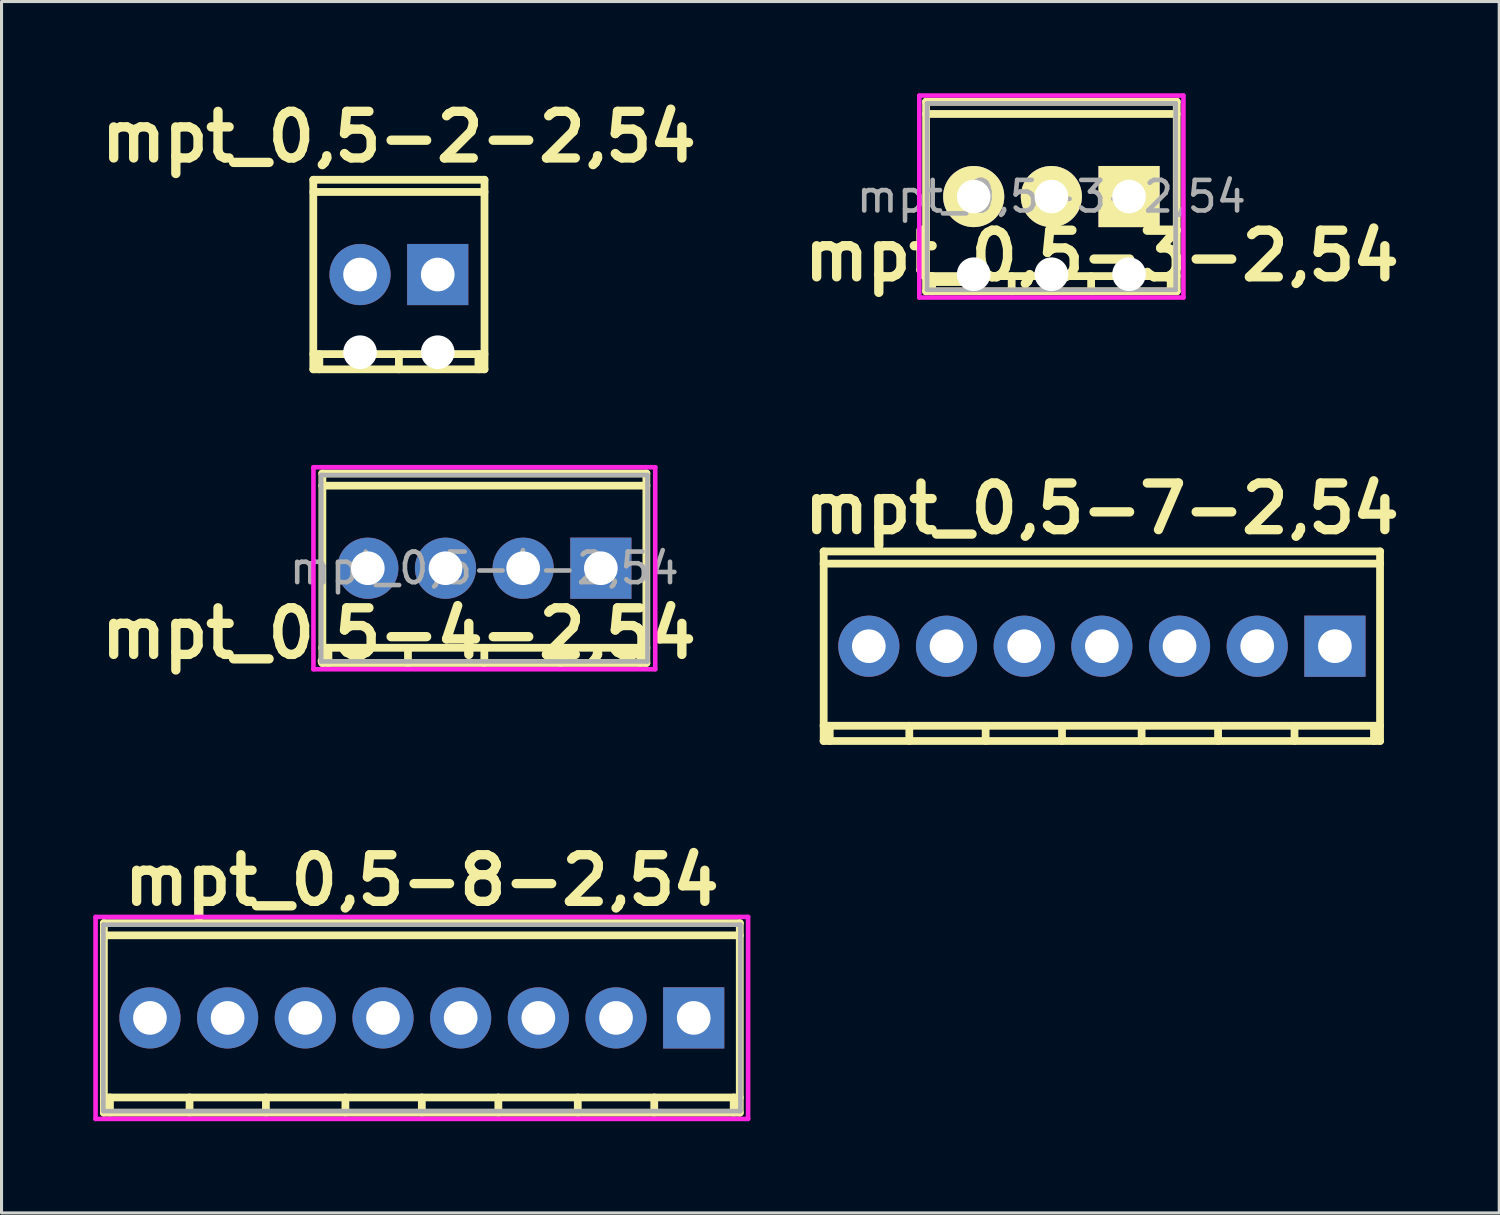
<source format=kicad_pcb>
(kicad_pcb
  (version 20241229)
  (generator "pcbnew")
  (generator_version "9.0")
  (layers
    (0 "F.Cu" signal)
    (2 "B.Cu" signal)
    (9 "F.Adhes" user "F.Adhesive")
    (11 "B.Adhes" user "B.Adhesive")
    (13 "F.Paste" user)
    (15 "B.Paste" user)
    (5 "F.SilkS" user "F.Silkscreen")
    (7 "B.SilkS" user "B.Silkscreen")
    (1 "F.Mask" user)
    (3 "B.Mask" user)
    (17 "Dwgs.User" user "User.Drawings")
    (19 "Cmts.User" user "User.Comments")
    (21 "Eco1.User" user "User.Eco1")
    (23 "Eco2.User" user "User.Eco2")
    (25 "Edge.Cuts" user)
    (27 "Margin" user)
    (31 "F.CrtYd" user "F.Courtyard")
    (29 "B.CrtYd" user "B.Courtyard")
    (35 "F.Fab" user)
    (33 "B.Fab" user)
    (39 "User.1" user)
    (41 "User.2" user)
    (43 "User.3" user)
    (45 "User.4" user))
  (footprint "mpt_0,5-3-2,54"
    (layer "F.Cu")
    (at 31.328 3.377)
    (property "Reference" "mpt_0,5-3-2,54" (at 1.651 1.935 180) (layer "F.SilkS") (effects (font (size 1.524 1.524) (thickness 0.305))))
    (attr through_hole)
    (fp_line (start -4.1 3.099) (end 4.1 3.099) (stroke (width 0.254) (type solid)) (layer "F.SilkS"))
    (fp_line (start -4.097 -3.099) (end -4.097 3.099) (stroke (width 0.254) (type solid)) (layer "F.SilkS"))
    (fp_line (start -3.899 3.099) (end -3.899 2.601) (stroke (width 0.254) (type solid)) (layer "F.SilkS"))
    (fp_line (start -1.298 3.099) (end -1.298 2.601) (stroke (width 0.254) (type solid)) (layer "F.SilkS"))
    (fp_line (start 1.3 2.601) (end 1.3 3.099) (stroke (width 0.254) (type solid)) (layer "F.SilkS"))
    (fp_line (start 3.901 2.601) (end 3.901 3.099) (stroke (width 0.254) (type solid)) (layer "F.SilkS"))
    (fp_line (start 4.1 -3.099) (end -4.1 -3.099) (stroke (width 0.254) (type solid)) (layer "F.SilkS"))
    (fp_line (start 4.1 -2.7) (end -4.1 -2.7) (stroke (width 0.254) (type solid)) (layer "F.SilkS"))
    (fp_line (start 4.1 2.601) (end -4.1 2.601) (stroke (width 0.254) (type solid)) (layer "F.SilkS"))
    (fp_line (start 4.1 3.099) (end 4.1 -3.099) (stroke (width 0.254) (type solid)) (layer "F.SilkS"))
    (fp_line (start -4.318 -3.302) (end 4.318 -3.302) (stroke (width 0.15) (type solid)) (layer "F.CrtYd"))
    (fp_line (start -4.318 3.302) (end -4.318 -3.302) (stroke (width 0.15) (type solid)) (layer "F.CrtYd"))
    (fp_line (start 4.318 -3.302) (end 4.318 3.302) (stroke (width 0.15) (type solid)) (layer "F.CrtYd"))
    (fp_line (start 4.318 3.302) (end -4.318 3.302) (stroke (width 0.15) (type solid)) (layer "F.CrtYd"))
    (fp_line (start -4.064 -3.048) (end 4.064 -3.048) (stroke (width 0.15) (type solid)) (layer "F.Fab"))
    (fp_line (start -4.064 3.048) (end -4.064 -3.048) (stroke (width 0.15) (type solid)) (layer "F.Fab"))
    (fp_line (start 4.064 -3.048) (end 4.064 3.048) (stroke (width 0.15) (type solid)) (layer "F.Fab"))
    (fp_line (start 4.064 3.048) (end -4.064 3.048) (stroke (width 0.15) (type solid)) (layer "F.Fab"))
    (fp_text user "${REFERENCE}" (at 0 0 0) (layer "F.Fab") (effects (font (size 1 1) (thickness 0.15))))
    (pad "" np_thru_hole circle (at -2.54 2.54) (size 1.1 1.1) (drill 1.1) (layers "*.Cu" "*.Mask"))
    (pad "" np_thru_hole circle (at 0 2.54) (size 1.1 1.1) (drill 1.1) (layers "*.Cu" "*.Mask"))
    (pad "" np_thru_hole circle (at 2.54 2.54) (size 1.1 1.1) (drill 1.1) (layers "*.Cu" "*.Mask"))
    (pad "1" thru_hole rect (at 2.54 0) (size 1.999 1.999) (drill 1.097) (layers "*.Cu" "*.Mask" "F.SilkS"))
    (pad "2" thru_hole oval (at 0 0) (size 1.999 1.999) (drill 1.097) (layers "*.Cu" "*.Mask" "F.SilkS"))
    (pad "3" thru_hole oval (at -2.54 0) (size 1.999 1.999) (drill 1.097) (layers "*.Cu" "*.Mask" "F.SilkS")))
  (footprint "mpt_0,5-8-2,54"
    (layer "F.Cu")
    (at 10.743 30.234)
    (property "Reference" "mpt_0,5-8-2,54" (at 0 -4.501 0) (layer "F.SilkS") (effects (font (size 1.524 1.524) (thickness 0.305))))
    (attr through_hole)
    (fp_line (start -10.399 -2.7) (end 10.399 -2.7) (stroke (width 0.254) (type solid)) (layer "F.SilkS"))
    (fp_line (start -10.399 2.601) (end 10.399 2.601) (stroke (width 0.254) (type solid)) (layer "F.SilkS"))
    (fp_line (start -10.396 -3.099) (end -10.396 3.099) (stroke (width 0.254) (type solid)) (layer "F.SilkS"))
    (fp_line (start -10.198 3.099) (end -10.198 2.601) (stroke (width 0.254) (type solid)) (layer "F.SilkS"))
    (fp_line (start -7.595 3.099) (end -7.595 2.601) (stroke (width 0.254) (type solid)) (layer "F.SilkS"))
    (fp_line (start -5.098 2.601) (end -5.098 3.099) (stroke (width 0.254) (type solid)) (layer "F.SilkS"))
    (fp_line (start -2.499 2.601) (end -2.499 3.099) (stroke (width 0.254) (type solid)) (layer "F.SilkS"))
    (fp_line (start 0 2.601) (end 0 3.099) (stroke (width 0.254) (type solid)) (layer "F.SilkS"))
    (fp_line (start 2.502 2.601) (end 2.502 3.099) (stroke (width 0.254) (type solid)) (layer "F.SilkS"))
    (fp_line (start 5.1 2.601) (end 5.1 3.099) (stroke (width 0.254) (type solid)) (layer "F.SilkS"))
    (fp_line (start 7.6 2.601) (end 7.6 3.099) (stroke (width 0.254) (type solid)) (layer "F.SilkS"))
    (fp_line (start 10.198 2.601) (end 10.198 3.099) (stroke (width 0.254) (type solid)) (layer "F.SilkS"))
    (fp_line (start 10.396 3.099) (end 10.396 -3.099) (stroke (width 0.254) (type solid)) (layer "F.SilkS"))
    (fp_line (start 10.399 -3.099) (end -10.399 -3.099) (stroke (width 0.254) (type solid)) (layer "F.SilkS"))
    (fp_line (start 10.399 3.099) (end -10.399 3.099) (stroke (width 0.254) (type solid)) (layer "F.SilkS"))
    (fp_line (start -10.668 -3.302) (end 10.668 -3.302) (stroke (width 0.15) (type solid)) (layer "F.CrtYd"))
    (fp_line (start -10.668 3.302) (end -10.668 -3.302) (stroke (width 0.15) (type solid)) (layer "F.CrtYd"))
    (fp_line (start 10.668 -3.302) (end 10.668 3.302) (stroke (width 0.15) (type solid)) (layer "F.CrtYd"))
    (fp_line (start 10.668 3.302) (end -10.668 3.302) (stroke (width 0.15) (type solid)) (layer "F.CrtYd"))
    (fp_line (start -10.414 -3.048) (end 10.414 -3.048) (stroke (width 0.15) (type solid)) (layer "F.Fab"))
    (fp_line (start -10.414 3.048) (end -10.414 -3.048) (stroke (width 0.15) (type solid)) (layer "F.Fab"))
    (fp_line (start 10.414 -3.048) (end 10.414 3.048) (stroke (width 0.15) (type solid)) (layer "F.Fab"))
    (fp_line (start 10.414 3.048) (end -10.414 3.048) (stroke (width 0.15) (type solid)) (layer "F.Fab"))
    (pad "1" thru_hole rect (at 8.89 0) (size 2 2) (drill 1.1) (layers "*.Cu" "*.Mask"))
    (pad "2" thru_hole circle (at 6.35 0) (size 2 2) (drill 1.1) (layers "*.Cu" "*.Mask"))
    (pad "3" thru_hole circle (at 3.81 0) (size 2 2) (drill 1.1) (layers "*.Cu" "*.Mask"))
    (pad "4" thru_hole circle (at 1.27 0) (size 2 2) (drill 1.1) (layers "*.Cu" "*.Mask"))
    (pad "5" thru_hole circle (at -1.27 0) (size 2 2) (drill 1.1) (layers "*.Cu" "*.Mask"))
    (pad "6" thru_hole circle (at -3.81 0) (size 2 2) (drill 1.1) (layers "*.Cu" "*.Mask"))
    (pad "7" thru_hole circle (at -6.35 0) (size 2 2) (drill 1.1) (layers "*.Cu" "*.Mask"))
    (pad "8" thru_hole circle (at -8.89 0) (size 2 2) (drill 1.1) (layers "*.Cu" "*.Mask")))
  (footprint "mpt_0,5-4-2,54"
    (layer "F.Cu")
    (at 12.787 15.53)
    (property "Reference" "mpt_0,5-4-2,54" (at -2.794 2.129 180) (layer "F.SilkS") (effects (font (size 1.524 1.524) (thickness 0.305))))
    (attr through_hole)
    (fp_line (start -5.301 -2.7) (end 5.301 -2.7) (stroke (width 0.254) (type solid)) (layer "F.SilkS"))
    (fp_line (start -5.301 2.601) (end 5.301 2.601) (stroke (width 0.254) (type solid)) (layer "F.SilkS"))
    (fp_line (start -5.296 -3.099) (end -5.296 3.099) (stroke (width 0.254) (type solid)) (layer "F.SilkS"))
    (fp_line (start -5.098 3.099) (end -5.098 2.601) (stroke (width 0.254) (type solid)) (layer "F.SilkS"))
    (fp_line (start -2.497 3.099) (end -2.497 2.601) (stroke (width 0.254) (type solid)) (layer "F.SilkS"))
    (fp_line (start 0 2.601) (end 0 3.099) (stroke (width 0.254) (type solid)) (layer "F.SilkS"))
    (fp_line (start 2.497 2.601) (end 2.497 3.099) (stroke (width 0.254) (type solid)) (layer "F.SilkS"))
    (fp_line (start 5.1 2.601) (end 5.1 3.099) (stroke (width 0.254) (type solid)) (layer "F.SilkS"))
    (fp_line (start 5.298 3.099) (end 5.298 -3.099) (stroke (width 0.254) (type solid)) (layer "F.SilkS"))
    (fp_line (start 5.301 -3.099) (end -5.301 -3.099) (stroke (width 0.254) (type solid)) (layer "F.SilkS"))
    (fp_line (start 5.301 3.099) (end -5.301 3.099) (stroke (width 0.254) (type solid)) (layer "F.SilkS"))
    (fp_line (start -5.588 -3.302) (end 5.588 -3.302) (stroke (width 0.15) (type solid)) (layer "F.CrtYd"))
    (fp_line (start -5.588 3.302) (end -5.588 -3.302) (stroke (width 0.15) (type solid)) (layer "F.CrtYd"))
    (fp_line (start 5.588 -3.302) (end 5.588 3.302) (stroke (width 0.15) (type solid)) (layer "F.CrtYd"))
    (fp_line (start 5.588 3.302) (end -5.588 3.302) (stroke (width 0.15) (type solid)) (layer "F.CrtYd"))
    (fp_line (start -5.334 -3.048) (end 5.334 -3.048) (stroke (width 0.15) (type solid)) (layer "F.Fab"))
    (fp_line (start -5.334 3.048) (end -5.334 -3.048) (stroke (width 0.15) (type solid)) (layer "F.Fab"))
    (fp_line (start 5.334 -3.048) (end 5.334 3.048) (stroke (width 0.15) (type solid)) (layer "F.Fab"))
    (fp_line (start 5.334 3.048) (end -5.334 3.048) (stroke (width 0.15) (type solid)) (layer "F.Fab"))
    (fp_text user "${REFERENCE}" (at 0 0 0) (layer "F.Fab") (effects (font (size 1 1) (thickness 0.15))))
    (pad "1" thru_hole rect (at 3.81 0) (size 2 2) (drill 1.1) (layers "*.Cu" "*.Mask"))
    (pad "2" thru_hole circle (at 1.27 0) (size 2 2) (drill 1.1) (layers "*.Cu" "*.Mask"))
    (pad "3" thru_hole circle (at -1.27 0) (size 2 2) (drill 1.1) (layers "*.Cu" "*.Mask"))
    (pad "4" thru_hole circle (at -3.81 0) (size 2 2) (drill 1.1) (layers "*.Cu" "*.Mask")))
  (footprint "mpt_0,5-7-2,54"
    (layer "F.Cu")
    (at 32.979 18.08)
    (property "Reference" "mpt_0,5-7-2,54" (at 0 -4.501 0) (layer "F.SilkS") (effects (font (size 1.524 1.524) (thickness 0.305))))
    (attr through_hole)
    (fp_line (start -9.101 3.099) (end 9.101 3.099) (stroke (width 0.254) (type solid)) (layer "F.SilkS"))
    (fp_line (start -9.096 -3.099) (end -9.096 3.099) (stroke (width 0.254) (type solid)) (layer "F.SilkS"))
    (fp_line (start -8.898 3.099) (end -8.898 2.601) (stroke (width 0.254) (type solid)) (layer "F.SilkS"))
    (fp_line (start -6.297 3.099) (end -6.297 2.601) (stroke (width 0.254) (type solid)) (layer "F.SilkS"))
    (fp_line (start -3.8 2.601) (end -3.8 3.099) (stroke (width 0.254) (type solid)) (layer "F.SilkS"))
    (fp_line (start -1.303 2.601) (end -1.303 3.099) (stroke (width 0.254) (type solid)) (layer "F.SilkS"))
    (fp_line (start 1.3 2.601) (end 1.3 3.099) (stroke (width 0.254) (type solid)) (layer "F.SilkS"))
    (fp_line (start 3.8 2.601) (end 3.8 3.099) (stroke (width 0.254) (type solid)) (layer "F.SilkS"))
    (fp_line (start 6.299 2.601) (end 6.299 3.099) (stroke (width 0.254) (type solid)) (layer "F.SilkS"))
    (fp_line (start 8.898 2.601) (end 8.898 3.099) (stroke (width 0.254) (type solid)) (layer "F.SilkS"))
    (fp_line (start 9.096 3.099) (end 9.096 -3.099) (stroke (width 0.254) (type solid)) (layer "F.SilkS"))
    (fp_line (start 9.101 -3.099) (end -9.101 -3.099) (stroke (width 0.254) (type solid)) (layer "F.SilkS"))
    (fp_line (start 9.101 -2.7) (end -9.101 -2.7) (stroke (width 0.254) (type solid)) (layer "F.SilkS"))
    (fp_line (start 9.101 2.601) (end -9.101 2.601) (stroke (width 0.254) (type solid)) (layer "F.SilkS"))
    (pad "1" thru_hole rect (at 7.62 0) (size 2 2) (drill 1.1) (layers "*.Cu" "*.Mask"))
    (pad "2" thru_hole circle (at 2.54 0) (size 2 2) (drill 1.1) (layers "*.Cu" "*.Mask"))
    (pad "2" thru_hole circle (at 5.08 0) (size 2 2) (drill 1.1) (layers "*.Cu" "*.Mask"))
    (pad "3" thru_hole circle (at 0 0) (size 2 2) (drill 1.1) (layers "*.Cu" "*.Mask"))
    (pad "4" thru_hole circle (at -2.54 0) (size 2 2) (drill 1.1) (layers "*.Cu" "*.Mask"))
    (pad "5" thru_hole circle (at -5.08 0) (size 2 2) (drill 1.1) (layers "*.Cu" "*.Mask"))
    (pad "6" thru_hole circle (at -7.62 0) (size 2 2) (drill 1.1) (layers "*.Cu" "*.Mask")))
  (footprint "mpt_0,5-2-2,54"
    (layer "F.Cu")
    (at 9.993 5.927)
    (property "Reference" "mpt_0,5-2-2,54" (at 0 -4.501 0) (layer "F.SilkS") (effects (font (size 1.524 1.524) (thickness 0.305))))
    (attr through_hole)
    (fp_line (start -2.799 -3.099) (end -2.799 3.099) (stroke (width 0.254) (type solid)) (layer "F.SilkS"))
    (fp_line (start -2.799 -2.7) (end 2.799 -2.7) (stroke (width 0.254) (type solid)) (layer "F.SilkS"))
    (fp_line (start -2.799 3.099) (end 2.799 3.099) (stroke (width 0.254) (type solid)) (layer "F.SilkS"))
    (fp_line (start -2.601 3.099) (end -2.601 2.601) (stroke (width 0.254) (type solid)) (layer "F.SilkS"))
    (fp_line (start 0 3.099) (end 0 2.601) (stroke (width 0.254) (type solid)) (layer "F.SilkS"))
    (fp_line (start 2.601 2.601) (end 2.601 3.099) (stroke (width 0.254) (type solid)) (layer "F.SilkS"))
    (fp_line (start 2.799 -3.099) (end -2.799 -3.099) (stroke (width 0.254) (type solid)) (layer "F.SilkS"))
    (fp_line (start 2.799 2.601) (end -2.799 2.601) (stroke (width 0.254) (type solid)) (layer "F.SilkS"))
    (fp_line (start 2.799 3.099) (end 2.799 -3.099) (stroke (width 0.254) (type solid)) (layer "F.SilkS"))
    (pad "" np_thru_hole circle (at -1.27 2.54) (size 1.1 1.1) (drill 1.1) (layers "*.Cu" "*.Mask"))
    (pad "" np_thru_hole circle (at 1.27 2.54) (size 1.1 1.1) (drill 1.1) (layers "*.Cu" "*.Mask"))
    (pad "1" thru_hole rect (at 1.27 0) (size 2 2) (drill 1.1) (layers "*.Cu" "*.Mask"))
    (pad "2" thru_hole circle (at -1.27 0) (size 2 2) (drill 1.1) (layers "*.Cu" "*.Mask")))
  (gr_rect
    (start -3 -3)
    (end 45.972 36.611)
    (stroke (width 0.1) (type default))
    (fill no)
    (layer "Edge.Cuts")))
</source>
